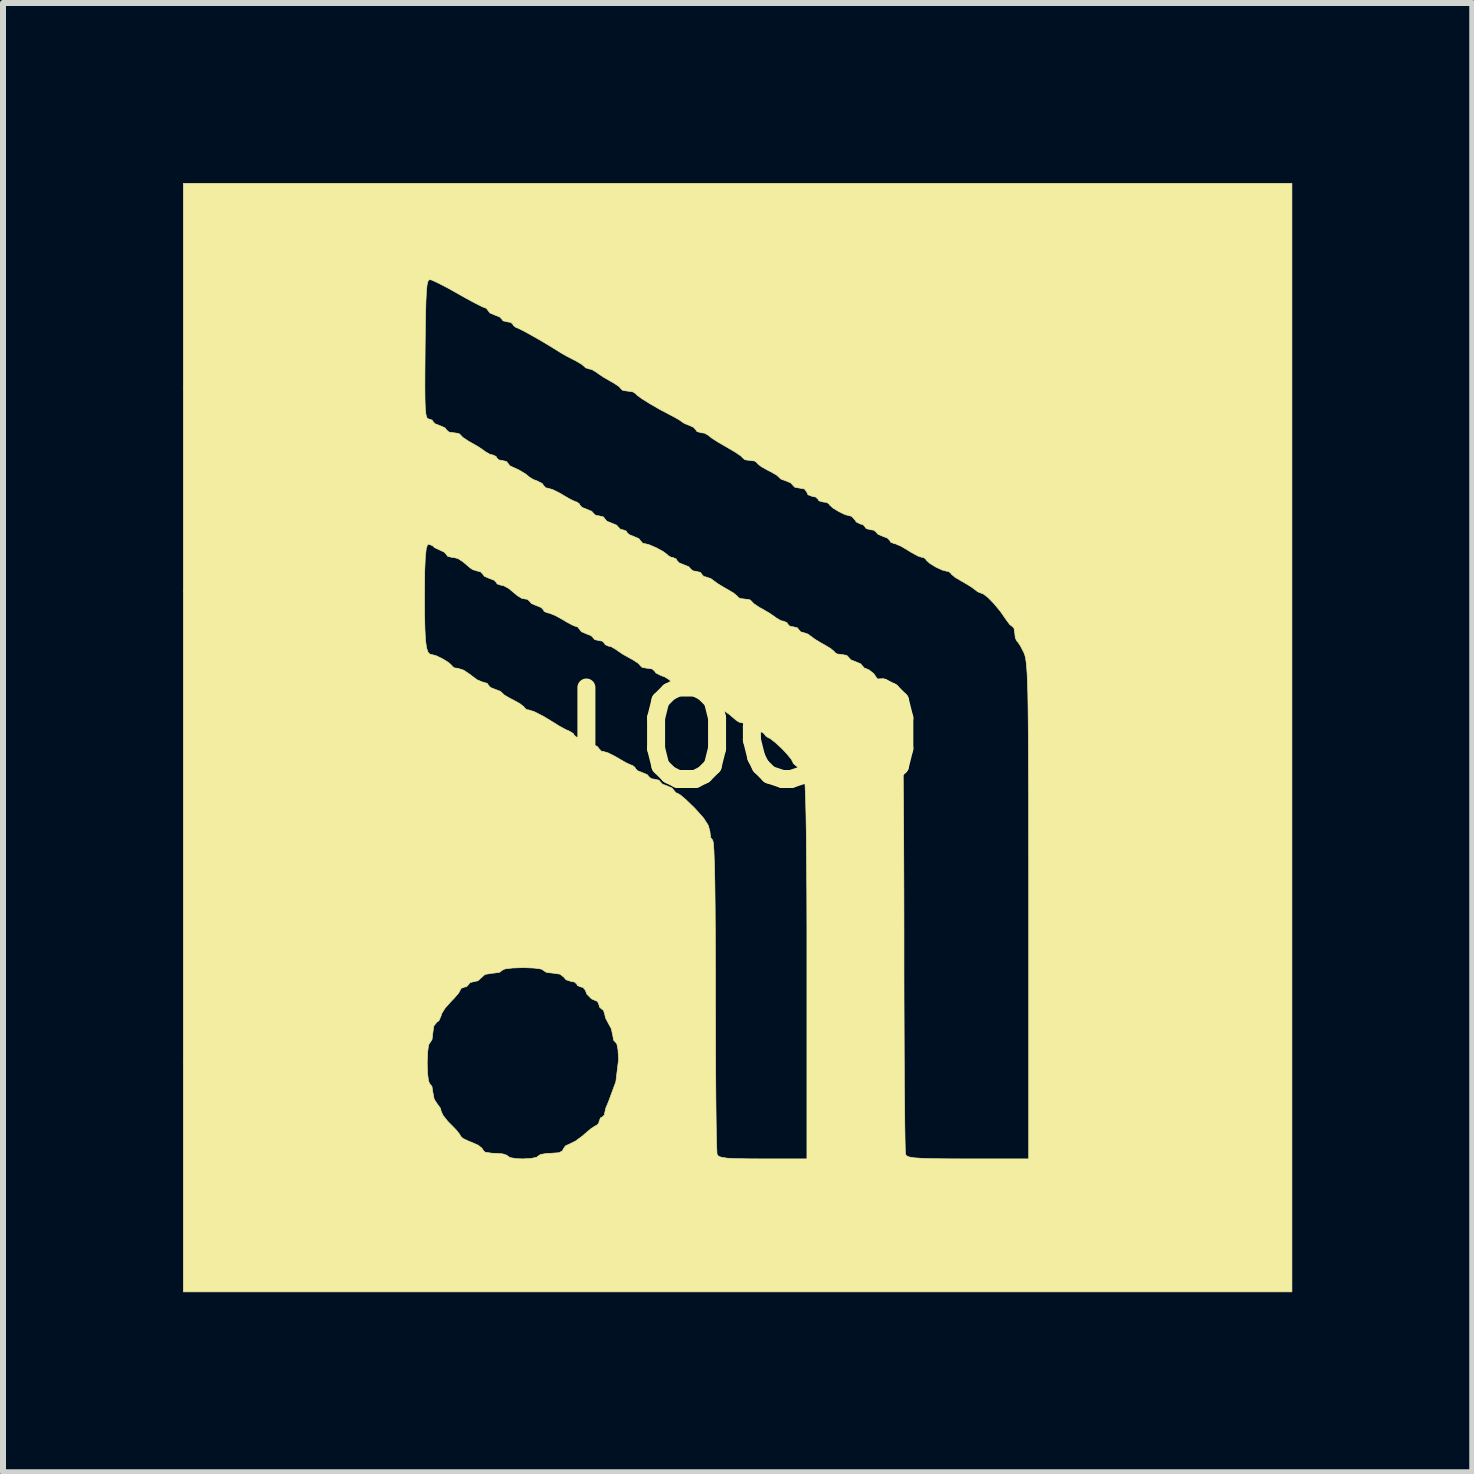
<source format=kicad_pcb>
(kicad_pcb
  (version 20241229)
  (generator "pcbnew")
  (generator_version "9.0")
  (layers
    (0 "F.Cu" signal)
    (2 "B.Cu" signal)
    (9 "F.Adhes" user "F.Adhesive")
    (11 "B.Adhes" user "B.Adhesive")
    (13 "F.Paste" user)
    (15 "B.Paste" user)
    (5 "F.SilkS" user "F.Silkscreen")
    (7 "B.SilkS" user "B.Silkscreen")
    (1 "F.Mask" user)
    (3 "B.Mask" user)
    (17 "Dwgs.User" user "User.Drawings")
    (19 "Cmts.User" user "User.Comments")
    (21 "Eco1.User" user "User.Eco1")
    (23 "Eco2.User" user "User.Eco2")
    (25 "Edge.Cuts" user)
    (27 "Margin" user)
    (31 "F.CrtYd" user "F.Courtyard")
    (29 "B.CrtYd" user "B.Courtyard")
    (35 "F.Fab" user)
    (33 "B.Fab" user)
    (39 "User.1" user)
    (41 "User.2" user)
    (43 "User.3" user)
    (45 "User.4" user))
  (footprint "LOGO"
    (layer "F.Cu")
    (at 9.334 9.241)
    (property "Reference" "LOGO" (at 0 0 0) (layer "F.SilkS") (effects (font (size 1.524 1.524) (thickness 0.3))))
    (attr through_hole)
    (fp_poly (pts (xy 9.144 9.236) (xy -9.329 9.236) (xy -9.329 5.426) (xy -5.265 5.426) (xy -5.259 5.601) (xy -5.243 5.723) (xy -5.221 5.772) (xy -5.219 5.773) (xy -5.186 5.813) (xy -5.172 5.906) (xy -5.15 6.023) (xy -5.103 6.096) (xy -5.044 6.178) (xy -5.034 6.223) (xy -5.002 6.294) (xy -4.922 6.395) (xy -4.872 6.445) (xy -4.777 6.543) (xy -4.719 6.618) (xy -4.711 6.64) (xy -4.671 6.679) (xy -4.572 6.726) (xy -4.526 6.743) (xy -4.412 6.794) (xy -4.347 6.848) (xy -4.341 6.865) (xy -4.303 6.908) (xy -4.183 6.926) (xy -4.133 6.927) (xy -4.009 6.936) (xy -3.935 6.96) (xy -3.925 6.973) (xy -3.884 6.999) (xy -3.776 7.016) (xy -3.671 7.02) (xy -3.532 7.012) (xy -3.44 6.992) (xy -3.417 6.973) (xy -3.376 6.946) (xy -3.272 6.929) (xy -3.21 6.927) (xy -3.069 6.917) (xy -3.007 6.883) (xy -3.002 6.863) (xy -2.963 6.804) (xy -2.894 6.772) (xy -2.794 6.723) (xy -2.674 6.635) (xy -2.641 6.605) (xy -2.541 6.52) (xy -2.465 6.47) (xy -2.448 6.465) (xy -2.407 6.428) (xy -2.401 6.396) (xy -2.377 6.335) (xy -2.355 6.327) (xy -2.314 6.29) (xy -2.309 6.261) (xy -2.29 6.175) (xy -2.244 6.065) (xy -2.122 5.735) (xy -2.079 5.383) (xy -2.078 5.342) (xy -2.086 5.201) (xy -2.105 5.105) (xy -2.124 5.08) (xy -2.16 5.041) (xy -2.171 4.973) (xy -2.198 4.85) (xy -2.238 4.777) (xy -2.293 4.674) (xy -2.308 4.607) (xy -2.331 4.538) (xy -2.355 4.526) (xy -2.396 4.488) (xy -2.401 4.457) (xy -2.428 4.395) (xy -2.451 4.387) (xy -2.529 4.352) (xy -2.604 4.276) (xy -2.632 4.206) (xy -2.67 4.162) (xy -2.702 4.156) (xy -2.763 4.131) (xy -2.771 4.11) (xy -2.81 4.073) (xy -2.865 4.064) (xy -2.954 4.034) (xy -2.985 3.995) (xy -3.051 3.942) (xy -3.168 3.925) (xy -3.273 3.914) (xy -3.324 3.884) (xy -3.325 3.879) (xy -3.368 3.856) (xy -3.484 3.84) (xy -3.655 3.833) (xy -3.671 3.833) (xy -3.846 3.839) (xy -3.968 3.854) (xy -4.017 3.877) (xy -4.018 3.879) (xy -4.058 3.91) (xy -4.158 3.925) (xy -4.175 3.925) (xy -4.301 3.946) (xy -4.358 3.995) (xy -4.42 4.052) (xy -4.478 4.064) (xy -4.554 4.083) (xy -4.572 4.11) (xy -4.609 4.151) (xy -4.641 4.156) (xy -4.703 4.18) (xy -4.711 4.2) (xy -4.741 4.256) (xy -4.819 4.347) (xy -4.872 4.401) (xy -4.968 4.509) (xy -5.026 4.603) (xy -5.034 4.636) (xy -5.07 4.718) (xy -5.103 4.74) (xy -5.155 4.806) (xy -5.172 4.923) (xy -5.184 5.028) (xy -5.214 5.079) (xy -5.219 5.08) (xy -5.242 5.123) (xy -5.258 5.239) (xy -5.265 5.41) (xy -5.265 5.426) (xy -9.329 5.426) (xy -9.329 -2.387) (xy -5.31 -2.387) (xy -5.309 -2.052) (xy -5.303 -1.799) (xy -5.293 -1.616) (xy -5.276 -1.495) (xy -5.252 -1.423) (xy -5.22 -1.39) (xy -5.194 -1.385) (xy -5.115 -1.364) (xy -5.009 -1.313) (xy -4.911 -1.252) (xy -4.853 -1.2) (xy -4.849 -1.189) (xy -4.81 -1.161) (xy -4.755 -1.155) (xy -4.659 -1.124) (xy -4.549 -1.051) (xy -4.536 -1.039) (xy -4.431 -0.962) (xy -4.34 -0.924) (xy -4.33 -0.924) (xy -4.261 -0.902) (xy -4.249 -0.878) (xy -4.21 -0.835) (xy -4.133 -0.804) (xy -4.047 -0.772) (xy -4.017 -0.745) (xy -3.979 -0.709) (xy -3.884 -0.653) (xy -3.833 -0.628) (xy -3.721 -0.566) (xy -3.656 -0.515) (xy -3.648 -0.501) (xy -3.611 -0.466) (xy -3.578 -0.462) (xy -3.485 -0.434) (xy -3.328 -0.354) (xy -3.119 -0.227) (xy -3.069 -0.195) (xy -2.96 -0.135) (xy -2.898 -0.109) (xy -2.83 -0.067) (xy -2.817 -0.041) (xy -2.778 -0.008) (xy -2.725 0) (xy -2.65 0.017) (xy -2.632 0.041) (xy -2.593 0.082) (xy -2.517 0.111) (xy -2.43 0.148) (xy -2.401 0.186) (xy -2.364 0.226) (xy -2.331 0.231) (xy -2.252 0.254) (xy -2.133 0.314) (xy -2.078 0.346) (xy -1.96 0.415) (xy -1.87 0.457) (xy -1.848 0.462) (xy -1.803 0.496) (xy -1.801 0.507) (xy -1.762 0.551) (xy -1.686 0.581) (xy -1.599 0.617) (xy -1.57 0.652) (xy -1.531 0.685) (xy -1.478 0.693) (xy -1.403 0.71) (xy -1.385 0.734) (xy -1.346 0.775) (xy -1.27 0.804) (xy -1.184 0.841) (xy -1.155 0.878) (xy -1.119 0.921) (xy -1.102 0.924) (xy -1.048 0.955) (xy -0.95 1.038) (xy -0.828 1.156) (xy -0.802 1.182) (xy -0.66 1.341) (xy -0.582 1.462) (xy -0.554 1.563) (xy -0.554 1.574) (xy -0.54 1.67) (xy -0.508 1.709) (xy -0.497 1.755) (xy -0.487 1.892) (xy -0.479 2.119) (xy -0.472 2.434) (xy -0.467 2.837) (xy -0.464 3.326) (xy -0.462 3.899) (xy -0.462 4.291) (xy -0.461 4.773) (xy -0.46 5.228) (xy -0.458 5.647) (xy -0.455 6.023) (xy -0.451 6.347) (xy -0.447 6.609) (xy -0.442 6.803) (xy -0.437 6.918) (xy -0.434 6.947) (xy -0.411 6.975) (xy -0.36 6.994) (xy -0.266 7.008) (xy -0.117 7.015) (xy 0.1 7.019) (xy 0.328 7.02) (xy 1.062 7.02) (xy 1.062 3.856) (xy 1.062 3.179) (xy 1.06 2.579) (xy 1.056 2.058) (xy 1.052 1.618) (xy 1.046 1.26) (xy 1.039 0.988) (xy 1.031 0.803) (xy 1.022 0.707) (xy 1.017 0.693) (xy 0.973 0.654) (xy 0.943 0.577) (xy 0.907 0.491) (xy 0.872 0.462) (xy 0.832 0.427) (xy 0.831 0.416) (xy 0.801 0.36) (xy 0.723 0.265) (xy 0.647 0.185) (xy 0.538 0.084) (xy 0.451 0.016) (xy 0.416 0) (xy 0.371 -0.031) (xy 0.369 -0.041) (xy 0.33 -0.082) (xy 0.254 -0.111) (xy 0.168 -0.148) (xy 0.139 -0.186) (xy 0.1 -0.222) (xy 0.043 -0.231) (xy -0.068 -0.258) (xy -0.117 -0.289) (xy -0.237 -0.392) (xy -0.316 -0.444) (xy -0.376 -0.461) (xy -0.391 -0.462) (xy -0.453 -0.486) (xy -0.462 -0.507) (xy -0.501 -0.551) (xy -0.577 -0.581) (xy -0.664 -0.617) (xy -0.693 -0.652) (xy -0.731 -0.685) (xy -0.785 -0.693) (xy -0.86 -0.71) (xy -0.877 -0.734) (xy -0.915 -0.781) (xy -0.958 -0.801) (xy -1.064 -0.85) (xy -1.176 -0.917) (xy -1.247 -0.975) (xy -1.305 -1.01) (xy -1.374 -1.036) (xy -1.454 -1.077) (xy -1.478 -1.111) (xy -1.517 -1.144) (xy -1.593 -1.155) (xy -1.68 -1.168) (xy -1.709 -1.193) (xy -1.746 -1.237) (xy -1.84 -1.298) (xy -1.881 -1.32) (xy -2.006 -1.39) (xy -2.101 -1.454) (xy -2.115 -1.466) (xy -2.203 -1.517) (xy -2.243 -1.524) (xy -2.302 -1.55) (xy -2.309 -1.57) (xy -2.348 -1.608) (xy -2.401 -1.616) (xy -2.477 -1.634) (xy -2.494 -1.658) (xy -2.533 -1.698) (xy -2.609 -1.728) (xy -2.696 -1.765) (xy -2.725 -1.802) (xy -2.76 -1.846) (xy -2.772 -1.847) (xy -2.836 -1.87) (xy -2.945 -1.928) (xy -3.002 -1.963) (xy -3.126 -2.032) (xy -3.227 -2.073) (xy -3.255 -2.078) (xy -3.317 -2.102) (xy -3.325 -2.123) (xy -3.364 -2.167) (xy -3.441 -2.198) (xy -3.527 -2.233) (xy -3.556 -2.268) (xy -3.594 -2.304) (xy -3.627 -2.309) (xy -3.687 -2.32) (xy -3.759 -2.363) (xy -3.868 -2.453) (xy -3.901 -2.482) (xy -3.993 -2.532) (xy -4.038 -2.54) (xy -4.101 -2.561) (xy -4.11 -2.581) (xy -4.149 -2.622) (xy -4.226 -2.651) (xy -4.312 -2.688) (xy -4.341 -2.726) (xy -4.379 -2.765) (xy -4.414 -2.771) (xy -4.509 -2.8) (xy -4.551 -2.829) (xy -4.671 -2.931) (xy -4.752 -2.983) (xy -4.822 -3.001) (xy -4.847 -3.002) (xy -4.923 -3.02) (xy -4.941 -3.045) (xy -4.98 -3.09) (xy -5.045 -3.12) (xy -5.139 -3.164) (xy -5.179 -3.199) (xy -5.237 -3.222) (xy -5.26 -3.213) (xy -5.281 -3.153) (xy -5.297 -3.005) (xy -5.307 -2.767) (xy -5.31 -2.438) (xy -5.31 -2.387) (xy -9.329 -2.387) (xy -9.329 -5.836) (xy -5.304 -5.836) (xy -5.302 -5.628) (xy -5.297 -5.482) (xy -5.287 -5.388) (xy -5.273 -5.335) (xy -5.254 -5.313) (xy -5.242 -5.311) (xy -5.18 -5.289) (xy -5.172 -5.27) (xy -5.133 -5.229) (xy -5.057 -5.2) (xy -4.97 -5.162) (xy -4.941 -5.125) (xy -4.902 -5.091) (xy -4.826 -5.08) (xy -4.739 -5.068) (xy -4.711 -5.044) (xy -4.673 -5.003) (xy -4.58 -4.941) (xy -4.537 -4.917) (xy -4.413 -4.846) (xy -4.319 -4.782) (xy -4.303 -4.768) (xy -4.216 -4.718) (xy -4.176 -4.711) (xy -4.117 -4.685) (xy -4.11 -4.664) (xy -4.072 -4.627) (xy -4.018 -4.618) (xy -3.943 -4.601) (xy -3.925 -4.577) (xy -3.888 -4.53) (xy -3.845 -4.509) (xy -3.739 -4.461) (xy -3.627 -4.394) (xy -3.556 -4.336) (xy -3.498 -4.301) (xy -3.429 -4.275) (xy -3.348 -4.234) (xy -3.325 -4.199) (xy -3.288 -4.161) (xy -3.255 -4.156) (xy -3.175 -4.133) (xy -3.057 -4.074) (xy -3.002 -4.041) (xy -2.883 -3.972) (xy -2.794 -3.931) (xy -2.772 -3.925) (xy -2.726 -3.892) (xy -2.725 -3.88) (xy -2.686 -3.836) (xy -2.609 -3.806) (xy -2.523 -3.77) (xy -2.494 -3.736) (xy -2.455 -3.702) (xy -2.401 -3.695) (xy -2.326 -3.676) (xy -2.309 -3.649) (xy -2.27 -3.605) (xy -2.194 -3.575) (xy -2.107 -3.539) (xy -2.078 -3.505) (xy -2.041 -3.468) (xy -2.009 -3.464) (xy -1.947 -3.441) (xy -1.94 -3.422) (xy -1.9 -3.382) (xy -1.824 -3.352) (xy -1.738 -3.315) (xy -1.709 -3.278) (xy -1.672 -3.237) (xy -1.643 -3.233) (xy -1.561 -3.212) (xy -1.446 -3.162) (xy -1.334 -3.101) (xy -1.263 -3.048) (xy -1.255 -3.036) (xy -1.201 -3.005) (xy -1.174 -3.002) (xy -1.115 -2.976) (xy -1.108 -2.957) (xy -1.069 -2.913) (xy -0.993 -2.882) (xy -0.906 -2.847) (xy -0.877 -2.812) (xy -0.839 -2.779) (xy -0.785 -2.771) (xy -0.71 -2.752) (xy -0.693 -2.725) (xy -0.656 -2.683) (xy -0.627 -2.679) (xy -0.538 -2.649) (xy -0.5 -2.621) (xy -0.421 -2.563) (xy -0.301 -2.491) (xy -0.266 -2.472) (xy -0.159 -2.408) (xy -0.098 -2.357) (xy -0.092 -2.345) (xy -0.053 -2.318) (xy 0.023 -2.309) (xy 0.11 -2.297) (xy 0.139 -2.273) (xy 0.176 -2.232) (xy 0.269 -2.17) (xy 0.312 -2.147) (xy 0.436 -2.075) (xy 0.53 -2.011) (xy 0.546 -1.997) (xy 0.633 -1.947) (xy 0.673 -1.94) (xy 0.732 -1.914) (xy 0.739 -1.893) (xy 0.778 -1.856) (xy 0.831 -1.847) (xy 0.906 -1.828) (xy 0.924 -1.801) (xy 0.961 -1.76) (xy 0.99 -1.755) (xy 1.079 -1.725) (xy 1.117 -1.697) (xy 1.195 -1.639) (xy 1.315 -1.567) (xy 1.351 -1.548) (xy 1.458 -1.484) (xy 1.519 -1.433) (xy 1.524 -1.421) (xy 1.564 -1.394) (xy 1.639 -1.385) (xy 1.726 -1.37) (xy 1.755 -1.34) (xy 1.794 -1.296) (xy 1.87 -1.266) (xy 1.957 -1.23) (xy 1.986 -1.196) (xy 2.022 -1.156) (xy 2.035 -1.155) (xy 2.1 -1.126) (xy 2.175 -1.066) (xy 2.216 -1.008) (xy 2.217 -1.003) (xy 2.246 -0.961) (xy 2.32 -0.875) (xy 2.381 -0.809) (xy 2.482 -0.681) (xy 2.554 -0.553) (xy 2.571 -0.502) (xy 2.602 -0.408) (xy 2.638 -0.369) (xy 2.645 -0.324) (xy 2.651 -0.193) (xy 2.657 0.017) (xy 2.662 0.3) (xy 2.667 0.65) (xy 2.671 1.06) (xy 2.674 1.523) (xy 2.676 2.033) (xy 2.678 2.583) (xy 2.679 3.168) (xy 2.679 3.252) (xy 2.679 3.824) (xy 2.68 4.369) (xy 2.682 4.882) (xy 2.684 5.354) (xy 2.686 5.779) (xy 2.69 6.149) (xy 2.693 6.457) (xy 2.697 6.697) (xy 2.701 6.86) (xy 2.705 6.94) (xy 2.707 6.947) (xy 2.726 6.971) (xy 2.77 6.989) (xy 2.851 7.002) (xy 2.979 7.011) (xy 3.167 7.016) (xy 3.425 7.019) (xy 3.746 7.02) (xy 4.757 7.02) (xy 4.757 2.888) (xy 4.757 2.173) (xy 4.756 1.545) (xy 4.756 0.997) (xy 4.754 0.524) (xy 4.753 0.12) (xy 4.75 -0.221) (xy 4.747 -0.505) (xy 4.743 -0.737) (xy 4.737 -0.923) (xy 4.731 -1.07) (xy 4.723 -1.183) (xy 4.714 -1.268) (xy 4.704 -1.331) (xy 4.692 -1.378) (xy 4.678 -1.414) (xy 4.676 -1.419) (xy 4.618 -1.531) (xy 4.571 -1.601) (xy 4.56 -1.609) (xy 4.534 -1.661) (xy 4.526 -1.736) (xy 4.513 -1.821) (xy 4.49 -1.847) (xy 4.443 -1.883) (xy 4.379 -1.968) (xy 4.376 -1.974) (xy 4.285 -2.104) (xy 4.179 -2.232) (xy 4.078 -2.336) (xy 4 -2.395) (xy 3.98 -2.401) (xy 3.908 -2.43) (xy 3.871 -2.459) (xy 3.792 -2.517) (xy 3.672 -2.589) (xy 3.637 -2.608) (xy 3.53 -2.672) (xy 3.469 -2.723) (xy 3.464 -2.735) (xy 3.426 -2.767) (xy 3.398 -2.771) (xy 3.317 -2.792) (xy 3.209 -2.842) (xy 3.11 -2.903) (xy 3.052 -2.956) (xy 3.048 -2.967) (xy 3.011 -2.999) (xy 2.985 -3.002) (xy 2.911 -3.026) (xy 2.798 -3.088) (xy 2.752 -3.117) (xy 2.633 -3.188) (xy 2.537 -3.229) (xy 2.515 -3.233) (xy 2.455 -3.258) (xy 2.448 -3.278) (xy 2.408 -3.322) (xy 2.332 -3.352) (xy 2.246 -3.388) (xy 2.217 -3.422) (xy 2.178 -3.456) (xy 2.124 -3.464) (xy 2.049 -3.483) (xy 2.032 -3.51) (xy 1.994 -3.551) (xy 1.961 -3.556) (xy 1.884 -3.593) (xy 1.864 -3.625) (xy 1.808 -3.687) (xy 1.777 -3.695) (xy 1.697 -3.716) (xy 1.592 -3.767) (xy 1.493 -3.828) (xy 1.436 -3.88) (xy 1.432 -3.891) (xy 1.393 -3.919) (xy 1.339 -3.925) (xy 1.264 -3.945) (xy 1.247 -3.972) (xy 1.208 -4.009) (xy 1.155 -4.018) (xy 1.079 -4.047) (xy 1.062 -4.087) (xy 1.022 -4.143) (xy 0.947 -4.156) (xy 0.86 -4.172) (xy 0.831 -4.202) (xy 0.792 -4.245) (xy 0.716 -4.276) (xy 0.629 -4.308) (xy 0.6 -4.335) (xy 0.562 -4.371) (xy 0.466 -4.427) (xy 0.415 -4.452) (xy 0.304 -4.514) (xy 0.238 -4.565) (xy 0.231 -4.579) (xy 0.191 -4.609) (xy 0.115 -4.618) (xy 0.029 -4.63) (xy 0 -4.654) (xy -0.037 -4.692) (xy -0.136 -4.759) (xy -0.274 -4.84) (xy -0.276 -4.841) (xy -0.419 -4.924) (xy -0.528 -4.994) (xy -0.579 -5.036) (xy -0.643 -5.073) (xy -0.695 -5.08) (xy -0.769 -5.099) (xy -0.785 -5.123) (xy -0.824 -5.168) (xy -0.889 -5.199) (xy -0.98 -5.235) (xy -1.016 -5.259) (xy -1.069 -5.297) (xy -1.171 -5.354) (xy -1.201 -5.369) (xy -1.385 -5.466) (xy -1.555 -5.564) (xy -1.692 -5.65) (xy -1.777 -5.713) (xy -1.793 -5.733) (xy -1.846 -5.764) (xy -1.92 -5.773) (xy -2.005 -5.785) (xy -2.032 -5.808) (xy -2.069 -5.85) (xy -2.162 -5.911) (xy -2.205 -5.935) (xy -2.329 -6.007) (xy -2.424 -6.071) (xy -2.439 -6.084) (xy -2.524 -6.135) (xy -2.563 -6.142) (xy -2.63 -6.164) (xy -2.64 -6.177) (xy -2.688 -6.218) (xy -2.787 -6.277) (xy -2.817 -6.292) (xy -2.941 -6.356) (xy -3.037 -6.411) (xy -3.048 -6.418) (xy -3.194 -6.509) (xy -3.359 -6.608) (xy -3.522 -6.701) (xy -3.662 -6.778) (xy -3.759 -6.825) (xy -3.788 -6.835) (xy -3.832 -6.87) (xy -3.833 -6.881) (xy -3.872 -6.919) (xy -3.925 -6.927) (xy -4.001 -6.945) (xy -4.018 -6.968) (xy -4.057 -7.009) (xy -4.133 -7.039) (xy -4.22 -7.076) (xy -4.249 -7.113) (xy -4.283 -7.157) (xy -4.293 -7.158) (xy -4.349 -7.18) (xy -4.466 -7.239) (xy -4.624 -7.324) (xy -4.737 -7.388) (xy -4.915 -7.488) (xy -5.069 -7.568) (xy -5.177 -7.619) (xy -5.212 -7.631) (xy -5.236 -7.627) (xy -5.254 -7.601) (xy -5.268 -7.542) (xy -5.278 -7.439) (xy -5.286 -7.283) (xy -5.292 -7.064) (xy -5.297 -6.77) (xy -5.3 -6.477) (xy -5.303 -6.115) (xy -5.304 -5.836) (xy -9.329 -5.836) (xy -9.329 -9.236) (xy 9.144 -9.236) (xy 9.144 9.236)) (stroke (width 0.01) (type solid)) (fill yes) (layer "F.SilkS")))
  (gr_rect
    (start -3 -3)
    (end 21.483 21.483)
    (stroke (width 0.1) (type default))
    (fill no)
    (layer "Edge.Cuts")))
</source>
